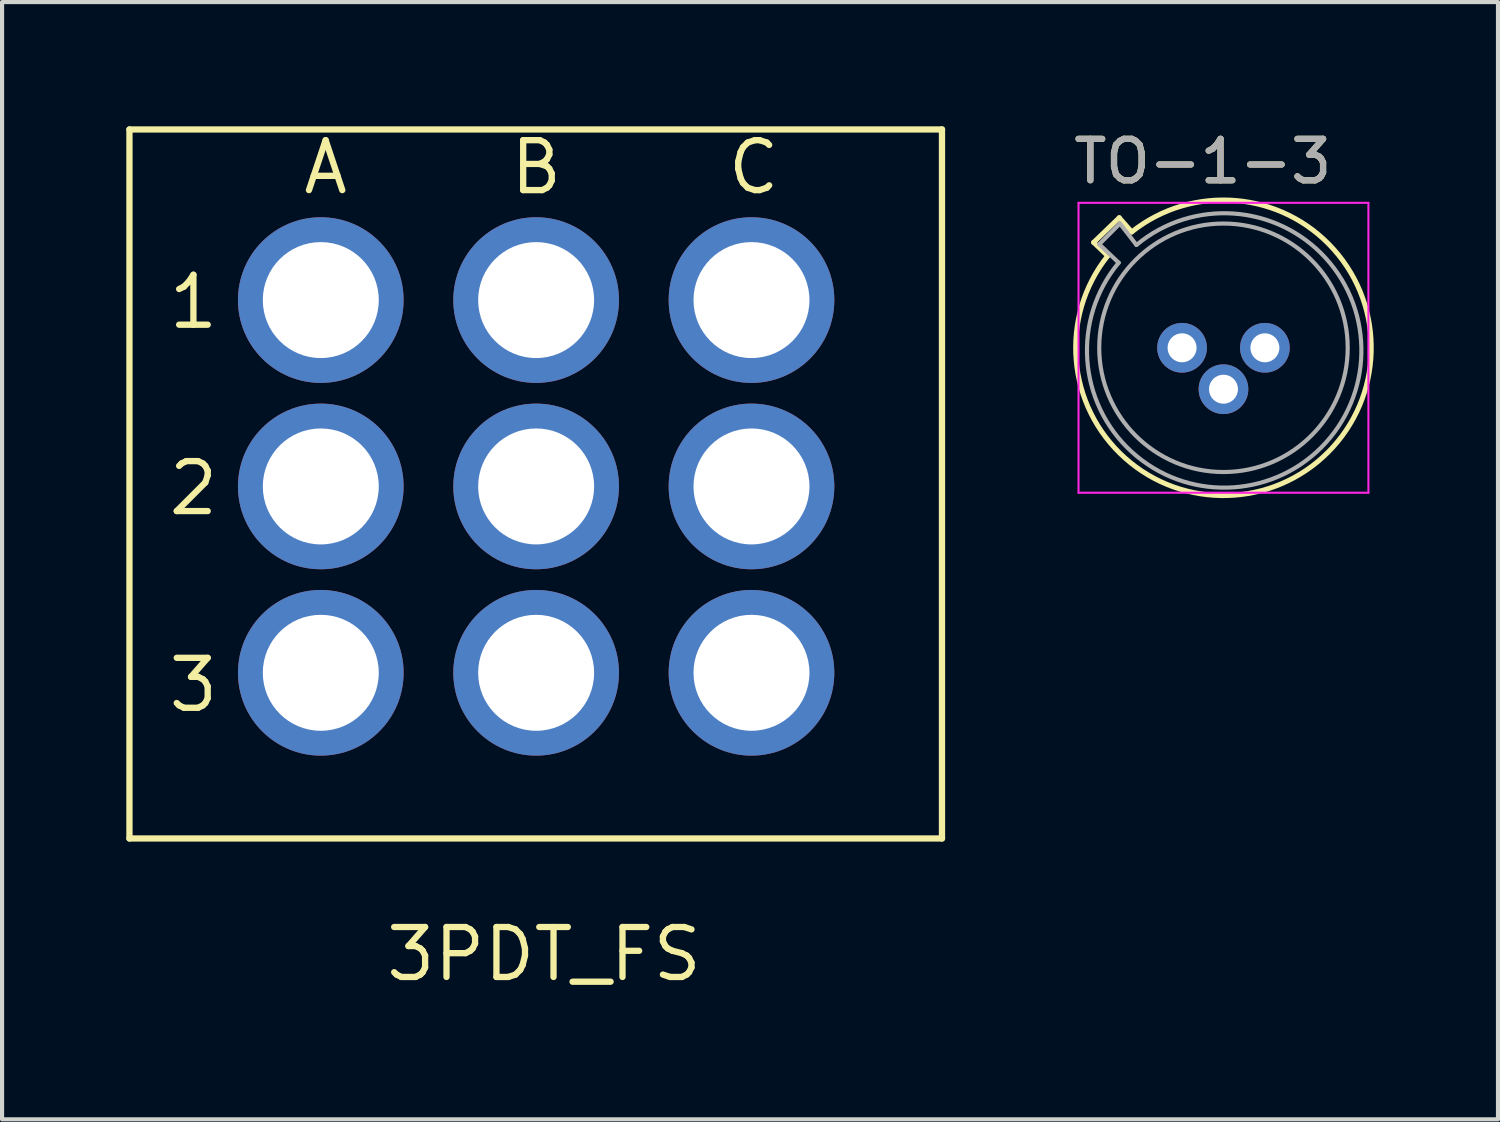
<source format=kicad_pcb>
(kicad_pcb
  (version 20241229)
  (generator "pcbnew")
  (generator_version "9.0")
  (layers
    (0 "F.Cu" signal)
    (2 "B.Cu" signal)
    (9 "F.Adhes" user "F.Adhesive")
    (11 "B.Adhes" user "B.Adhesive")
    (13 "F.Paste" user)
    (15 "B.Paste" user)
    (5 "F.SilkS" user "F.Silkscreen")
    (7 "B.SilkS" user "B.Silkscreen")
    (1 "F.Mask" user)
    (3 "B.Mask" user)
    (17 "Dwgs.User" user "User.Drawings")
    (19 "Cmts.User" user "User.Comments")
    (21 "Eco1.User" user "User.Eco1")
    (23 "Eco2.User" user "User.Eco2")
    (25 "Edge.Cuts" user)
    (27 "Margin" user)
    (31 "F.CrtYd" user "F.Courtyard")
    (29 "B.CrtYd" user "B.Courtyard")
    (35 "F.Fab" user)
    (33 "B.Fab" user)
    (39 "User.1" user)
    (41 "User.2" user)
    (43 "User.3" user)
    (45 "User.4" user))
  (footprint "3PDT_FS"
    (layer "F.Cu")
    (at 7.696 7.696)
    (property "Reference" "3PDT_FS" (at -1.5 13 0) (layer "F.SilkS") (effects (font (size 1.206 1.206) (thickness 0.152)) (justify left bottom)))
    (attr through_hole)
    (fp_line (start -7.62 -7.62) (end 12 -7.62) (stroke (width 0.152) (type solid)) (layer "F.SilkS"))
    (fp_line (start -7.62 9.5) (end -7.62 -7.62) (stroke (width 0.152) (type solid)) (layer "F.SilkS"))
    (fp_line (start 12 -7.62) (end 12 9.5) (stroke (width 0.152) (type solid)) (layer "F.SilkS"))
    (fp_line (start 12 9.5) (end -7.62 9.5) (stroke (width 0.152) (type solid)) (layer "F.SilkS"))
    (fp_text user "1" (at -6.75 -2.75 0) (layer "F.SilkS") (effects (font (size 1.206 1.206) (thickness 0.152)) (justify left bottom)))
    (fp_text user "A" (at -3.5 -6 0) (layer "F.SilkS") (effects (font (size 1.206 1.206) (thickness 0.152)) (justify left bottom)))
    (fp_text user "C" (at 6.75 -6 0) (layer "F.SilkS") (effects (font (size 1.206 1.206) (thickness 0.152)) (justify left bottom)))
    (fp_text user "2" (at -6.75 1.75 0) (layer "F.SilkS") (effects (font (size 1.206 1.206) (thickness 0.152)) (justify left bottom)))
    (fp_text user "B" (at 1.5 -6 0) (layer "F.SilkS") (effects (font (size 1.206 1.206) (thickness 0.152)) (justify left bottom)))
    (fp_text user "3" (at -6.75 6.5 0) (layer "F.SilkS") (effects (font (size 1.206 1.206) (thickness 0.152)) (justify left bottom)))
    (pad "A1" thru_hole circle (at -3 -3.5 180) (size 4 4) (drill 2.8) (layers "*.Cu" "*.Mask"))
    (pad "A2" thru_hole circle (at -3 1 180) (size 4 4) (drill 2.8) (layers "*.Cu" "*.Mask"))
    (pad "A3" thru_hole circle (at -3 5.5 180) (size 4 4) (drill 2.8) (layers "*.Cu" "*.Mask"))
    (pad "B1" thru_hole circle (at 2.2 -3.5 180) (size 4 4) (drill 2.8) (layers "*.Cu" "*.Mask"))
    (pad "B2" thru_hole circle (at 2.2 1 180) (size 4 4) (drill 2.8) (layers "*.Cu" "*.Mask"))
    (pad "B3" thru_hole circle (at 2.2 5.5 180) (size 4 4) (drill 2.8) (layers "*.Cu" "*.Mask"))
    (pad "C1" thru_hole circle (at 7.4 -3.5 180) (size 4 4) (drill 2.8) (layers "*.Cu" "*.Mask"))
    (pad "C2" thru_hole circle (at 7.4 1 180) (size 4 4) (drill 2.8) (layers "*.Cu" "*.Mask"))
    (pad "C3" thru_hole circle (at 7.4 5.5 180) (size 4 4) (drill 2.8) (layers "*.Cu" "*.Mask")))
  (footprint "TO-1-3"
    (layer "F.Cu")
    (at 25.493 5.348)
    (property "Reference" "TO-1-3" (at 0.5 -4.5 0) (layer "F.SilkS") (effects (font (size 1 1) (thickness 0.15))))
    (attr through_hole)
    (fp_line (start -1.795 -2.219) (end -2.135 -2.545) (stroke (width 0.12) (type solid)) (layer "F.SilkS"))
    (fp_line (start -1.517 -3.141) (end -2.135 -2.545) (stroke (width 0.12) (type solid)) (layer "F.SilkS"))
    (fp_line (start -1.215 -2.797) (end -1.517 -3.141) (stroke (width 0.12) (type solid)) (layer "F.SilkS"))
    (fp_arc (start -1.219191 -2.795127) (mid 3.523546 2.523739) (end -1.794957 -2.219404) (stroke (width 0.12) (type solid)) (layer "F.SilkS"))
    (fp_line (start -2.5 -3.5) (end -2.5 3.5) (stroke (width 0.05) (type solid)) (layer "F.CrtYd"))
    (fp_line (start -2.5 3.5) (end 4.5 3.5) (stroke (width 0.05) (type solid)) (layer "F.CrtYd"))
    (fp_line (start 4.5 -3.5) (end -2.5 -3.5) (stroke (width 0.05) (type solid)) (layer "F.CrtYd"))
    (fp_line (start 4.5 3.5) (end 4.5 -3.5) (stroke (width 0.05) (type solid)) (layer "F.CrtYd"))
    (fp_line (start -1.53 -2.054) (end -2 -2.5) (stroke (width 0.1) (type solid)) (layer "F.Fab"))
    (fp_line (start -1.5 -3) (end -2 -2.5) (stroke (width 0.1) (type solid)) (layer "F.Fab"))
    (fp_line (start -1.101 -2.483) (end -1.5 -3) (stroke (width 0.1) (type solid)) (layer "F.Fab"))
    (fp_arc (start -1.101404 -2.482787) (mid 3.360062 2.407302) (end -1.53014 -2.054041) (stroke (width 0.1) (type solid)) (layer "F.Fab"))
    (fp_circle (center 1 0) (end 4 0) (stroke (width 0.1) (type solid)) (fill no) (layer "F.Fab"))
    (fp_text user "${REFERENCE}" (at 0.5 -4.5 0) (layer "F.Fab") (effects (font (size 1 1) (thickness 0.15))))
    (pad "1" thru_hole oval (at 2 0) (size 1.2 1.2) (drill 0.7) (layers "*.Cu" "*.Mask"))
    (pad "2" thru_hole oval (at 1 1) (size 1.2 1.2) (drill 0.7) (layers "*.Cu" "*.Mask"))
    (pad "3" thru_hole oval (at 0 0) (size 1.2 1.2) (drill 0.7) (layers "*.Cu" "*.Mask")))
  (gr_rect
    (start -3 -3)
    (end 33.122 23.979)
    (stroke (width 0.1) (type default))
    (fill no)
    (layer "Edge.Cuts")))
</source>
